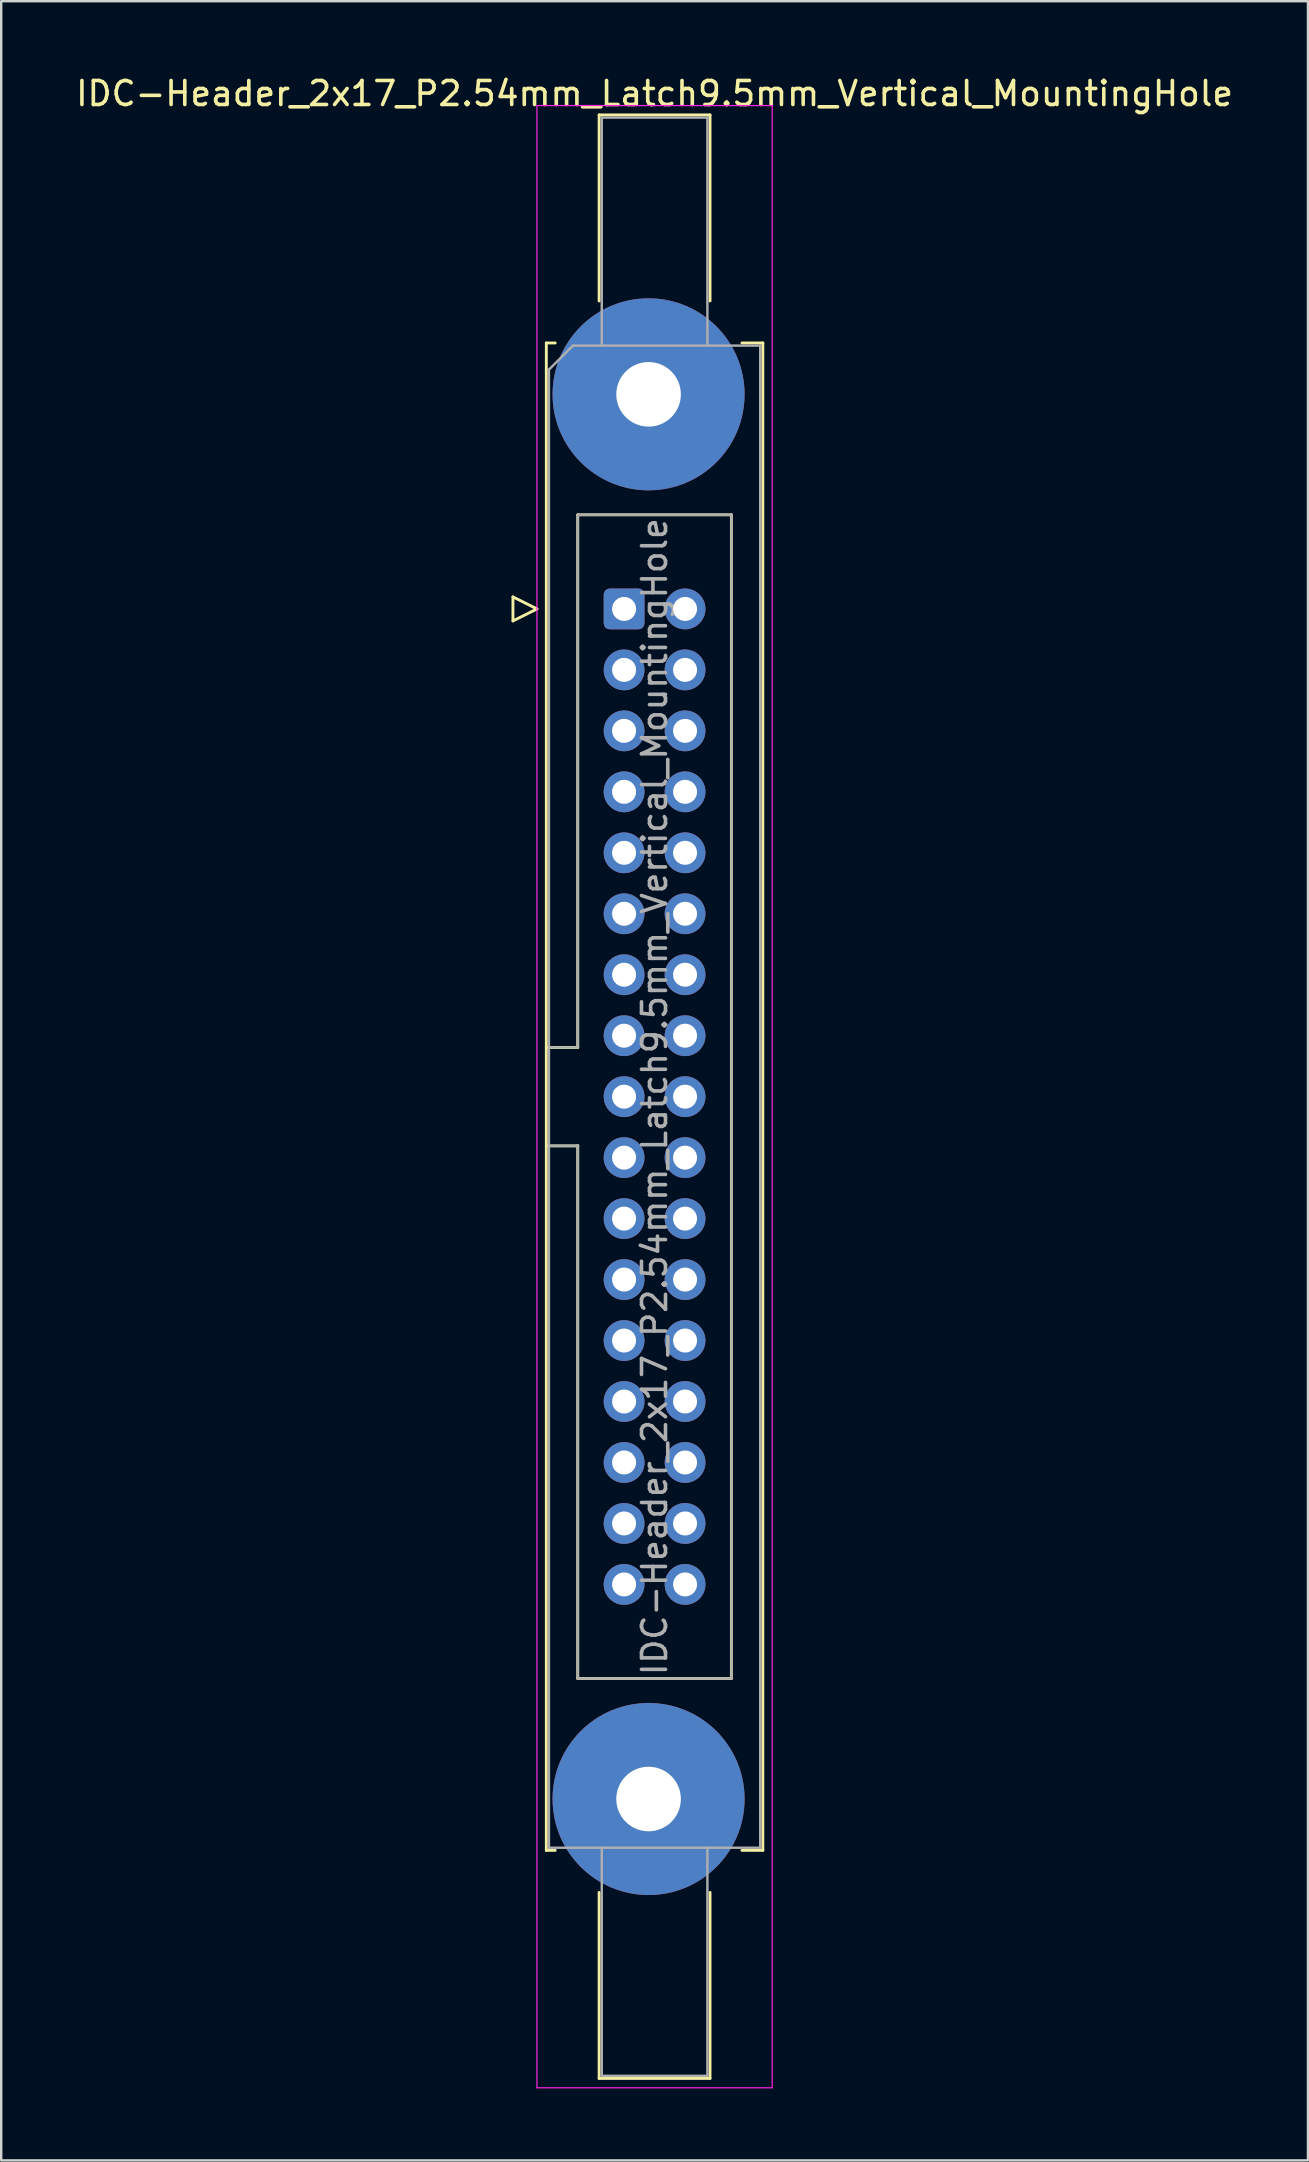
<source format=kicad_pcb>
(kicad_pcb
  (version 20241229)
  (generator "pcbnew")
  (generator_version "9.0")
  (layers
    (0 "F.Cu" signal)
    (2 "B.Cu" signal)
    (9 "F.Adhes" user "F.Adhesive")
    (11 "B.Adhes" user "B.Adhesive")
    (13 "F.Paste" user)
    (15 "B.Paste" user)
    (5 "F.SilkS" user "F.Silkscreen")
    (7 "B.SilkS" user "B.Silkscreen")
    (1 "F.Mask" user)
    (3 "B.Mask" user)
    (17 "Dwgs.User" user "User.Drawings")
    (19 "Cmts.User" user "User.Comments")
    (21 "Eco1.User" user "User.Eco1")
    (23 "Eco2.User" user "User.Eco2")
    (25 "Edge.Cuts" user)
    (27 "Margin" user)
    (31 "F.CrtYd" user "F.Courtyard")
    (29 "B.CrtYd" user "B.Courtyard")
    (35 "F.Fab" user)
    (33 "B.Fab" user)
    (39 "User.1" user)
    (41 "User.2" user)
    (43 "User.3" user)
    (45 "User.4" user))
  (footprint "IDC-Header_2x17_P2.54mm_Latch9.5mm_Vertical_MountingHole"
    (layer "F.Cu")
    (at 22.95 22.318)
    (property "Reference" "IDC-Header_2x17_P2.54mm_Latch9.5mm_Vertical_MountingHole" (at 1.27 -21.47 0) (layer "F.SilkS") (effects (font (size 1 1) (thickness 0.15))))
    (attr through_hole)
    (fp_line (start -4.63 -0.5) (end -4.63 0.5) (stroke (width 0.12) (type solid)) (layer "F.SilkS"))
    (fp_line (start -4.63 0.5) (end -3.63 0) (stroke (width 0.12) (type solid)) (layer "F.SilkS"))
    (fp_line (start -3.63 0) (end -4.63 -0.5) (stroke (width 0.12) (type solid)) (layer "F.SilkS"))
    (fp_line (start -3.24 -11.08) (end -3.24 51.72) (stroke (width 0.12) (type solid)) (layer "F.SilkS"))
    (fp_line (start -3.24 18.27) (end -1.93 18.27) (stroke (width 0.12) (type solid)) (layer "F.SilkS"))
    (fp_line (start -3.24 51.72) (end -2.87 51.72) (stroke (width 0.12) (type solid)) (layer "F.SilkS"))
    (fp_line (start -2.87 -11.08) (end -3.24 -11.08) (stroke (width 0.12) (type solid)) (layer "F.SilkS"))
    (fp_line (start -1.93 -3.92) (end 4.47 -3.92) (stroke (width 0.12) (type solid)) (layer "F.SilkS"))
    (fp_line (start -1.93 18.27) (end -1.93 -3.92) (stroke (width 0.12) (type solid)) (layer "F.SilkS"))
    (fp_line (start -1.93 22.37) (end -3.24 22.37) (stroke (width 0.12) (type solid)) (layer "F.SilkS"))
    (fp_line (start -1.93 22.37) (end -1.93 22.37) (stroke (width 0.12) (type solid)) (layer "F.SilkS"))
    (fp_line (start -1.93 44.56) (end -1.93 22.37) (stroke (width 0.12) (type solid)) (layer "F.SilkS"))
    (fp_line (start -1.04 -20.58) (end 3.58 -20.58) (stroke (width 0.12) (type solid)) (layer "F.SilkS"))
    (fp_line (start -1.04 -12.83) (end -1.04 -20.58) (stroke (width 0.12) (type solid)) (layer "F.SilkS"))
    (fp_line (start -1.04 53.47) (end -1.04 61.22) (stroke (width 0.12) (type solid)) (layer "F.SilkS"))
    (fp_line (start -1.04 61.22) (end 3.58 61.22) (stroke (width 0.12) (type solid)) (layer "F.SilkS"))
    (fp_line (start 3.58 -20.58) (end 3.58 -12.83) (stroke (width 0.12) (type solid)) (layer "F.SilkS"))
    (fp_line (start 3.58 61.22) (end 3.58 53.47) (stroke (width 0.12) (type solid)) (layer "F.SilkS"))
    (fp_line (start 4.47 -3.92) (end 4.47 44.56) (stroke (width 0.12) (type solid)) (layer "F.SilkS"))
    (fp_line (start 4.47 44.56) (end -1.93 44.56) (stroke (width 0.12) (type solid)) (layer "F.SilkS"))
    (fp_line (start 4.91 -11.08) (end 5.78 -11.08) (stroke (width 0.12) (type solid)) (layer "F.SilkS"))
    (fp_line (start 5.78 -11.08) (end 5.78 51.72) (stroke (width 0.12) (type solid)) (layer "F.SilkS"))
    (fp_line (start 5.78 51.72) (end 4.91 51.72) (stroke (width 0.12) (type solid)) (layer "F.SilkS"))
    (fp_line (start -3.63 -20.97) (end -3.63 61.61) (stroke (width 0.05) (type solid)) (layer "F.CrtYd"))
    (fp_line (start -3.63 61.61) (end 6.17 61.61) (stroke (width 0.05) (type solid)) (layer "F.CrtYd"))
    (fp_line (start 6.17 -20.97) (end -3.63 -20.97) (stroke (width 0.05) (type solid)) (layer "F.CrtYd"))
    (fp_line (start 6.17 61.61) (end 6.17 -20.97) (stroke (width 0.05) (type solid)) (layer "F.CrtYd"))
    (fp_line (start -3.13 -9.97) (end -2.13 -10.97) (stroke (width 0.1) (type solid)) (layer "F.Fab"))
    (fp_line (start -3.13 18.27) (end -1.93 18.27) (stroke (width 0.1) (type solid)) (layer "F.Fab"))
    (fp_line (start -3.13 51.61) (end -3.13 -9.97) (stroke (width 0.1) (type solid)) (layer "F.Fab"))
    (fp_line (start -2.13 -10.97) (end 5.67 -10.97) (stroke (width 0.1) (type solid)) (layer "F.Fab"))
    (fp_line (start -1.93 -3.92) (end 4.47 -3.92) (stroke (width 0.1) (type solid)) (layer "F.Fab"))
    (fp_line (start -1.93 18.27) (end -1.93 -3.92) (stroke (width 0.1) (type solid)) (layer "F.Fab"))
    (fp_line (start -1.93 22.37) (end -3.13 22.37) (stroke (width 0.1) (type solid)) (layer "F.Fab"))
    (fp_line (start -1.93 22.37) (end -1.93 22.37) (stroke (width 0.1) (type solid)) (layer "F.Fab"))
    (fp_line (start -1.93 44.56) (end -1.93 22.37) (stroke (width 0.1) (type solid)) (layer "F.Fab"))
    (fp_line (start -0.93 -20.47) (end 3.47 -20.47) (stroke (width 0.1) (type solid)) (layer "F.Fab"))
    (fp_line (start -0.93 -10.97) (end -0.93 -20.47) (stroke (width 0.1) (type solid)) (layer "F.Fab"))
    (fp_line (start -0.93 51.61) (end -0.93 61.11) (stroke (width 0.1) (type solid)) (layer "F.Fab"))
    (fp_line (start -0.93 61.11) (end 3.47 61.11) (stroke (width 0.1) (type solid)) (layer "F.Fab"))
    (fp_line (start 3.47 -20.47) (end 3.47 -10.97) (stroke (width 0.1) (type solid)) (layer "F.Fab"))
    (fp_line (start 3.47 61.11) (end 3.47 51.61) (stroke (width 0.1) (type solid)) (layer "F.Fab"))
    (fp_line (start 4.47 -3.92) (end 4.47 44.56) (stroke (width 0.1) (type solid)) (layer "F.Fab"))
    (fp_line (start 4.47 44.56) (end -1.93 44.56) (stroke (width 0.1) (type solid)) (layer "F.Fab"))
    (fp_line (start 5.67 -10.97) (end 5.67 51.61) (stroke (width 0.1) (type solid)) (layer "F.Fab"))
    (fp_line (start 5.67 51.61) (end -3.13 51.61) (stroke (width 0.1) (type solid)) (layer "F.Fab"))
    (fp_text user "${REFERENCE}" (at 1.27 20.32 90) (layer "F.Fab") (effects (font (size 1 1) (thickness 0.15))))
    (pad "" thru_hole circle (at 1.02 -8.94) (size 8 8) (drill 2.69) (layers "*.Cu" "*.Mask"))
    (pad "" thru_hole circle (at 1.02 49.58) (size 8 8) (drill 2.69) (layers "*.Cu" "*.Mask"))
    (pad "1" thru_hole roundrect (at 0 0) (size 1.7 1.7) (drill 1) (layers "*.Cu" "*.Mask") (roundrect_rratio 0.147))
    (pad "2" thru_hole circle (at 2.54 0) (size 1.7 1.7) (drill 1) (layers "*.Cu" "*.Mask"))
    (pad "3" thru_hole circle (at 0 2.54) (size 1.7 1.7) (drill 1) (layers "*.Cu" "*.Mask"))
    (pad "4" thru_hole circle (at 2.54 2.54) (size 1.7 1.7) (drill 1) (layers "*.Cu" "*.Mask"))
    (pad "5" thru_hole circle (at 0 5.08) (size 1.7 1.7) (drill 1) (layers "*.Cu" "*.Mask"))
    (pad "6" thru_hole circle (at 2.54 5.08) (size 1.7 1.7) (drill 1) (layers "*.Cu" "*.Mask"))
    (pad "7" thru_hole circle (at 0 7.62) (size 1.7 1.7) (drill 1) (layers "*.Cu" "*.Mask"))
    (pad "8" thru_hole circle (at 2.54 7.62) (size 1.7 1.7) (drill 1) (layers "*.Cu" "*.Mask"))
    (pad "9" thru_hole circle (at 0 10.16) (size 1.7 1.7) (drill 1) (layers "*.Cu" "*.Mask"))
    (pad "10" thru_hole circle (at 2.54 10.16) (size 1.7 1.7) (drill 1) (layers "*.Cu" "*.Mask"))
    (pad "11" thru_hole circle (at 0 12.7) (size 1.7 1.7) (drill 1) (layers "*.Cu" "*.Mask"))
    (pad "12" thru_hole circle (at 2.54 12.7) (size 1.7 1.7) (drill 1) (layers "*.Cu" "*.Mask"))
    (pad "13" thru_hole circle (at 0 15.24) (size 1.7 1.7) (drill 1) (layers "*.Cu" "*.Mask"))
    (pad "14" thru_hole circle (at 2.54 15.24) (size 1.7 1.7) (drill 1) (layers "*.Cu" "*.Mask"))
    (pad "15" thru_hole circle (at 0 17.78) (size 1.7 1.7) (drill 1) (layers "*.Cu" "*.Mask"))
    (pad "16" thru_hole circle (at 2.54 17.78) (size 1.7 1.7) (drill 1) (layers "*.Cu" "*.Mask"))
    (pad "17" thru_hole circle (at 0 20.32) (size 1.7 1.7) (drill 1) (layers "*.Cu" "*.Mask"))
    (pad "18" thru_hole circle (at 2.54 20.32) (size 1.7 1.7) (drill 1) (layers "*.Cu" "*.Mask"))
    (pad "19" thru_hole circle (at 0 22.86) (size 1.7 1.7) (drill 1) (layers "*.Cu" "*.Mask"))
    (pad "20" thru_hole circle (at 2.54 22.86) (size 1.7 1.7) (drill 1) (layers "*.Cu" "*.Mask"))
    (pad "21" thru_hole circle (at 0 25.4) (size 1.7 1.7) (drill 1) (layers "*.Cu" "*.Mask"))
    (pad "22" thru_hole circle (at 2.54 25.4) (size 1.7 1.7) (drill 1) (layers "*.Cu" "*.Mask"))
    (pad "23" thru_hole circle (at 0 27.94) (size 1.7 1.7) (drill 1) (layers "*.Cu" "*.Mask"))
    (pad "24" thru_hole circle (at 2.54 27.94) (size 1.7 1.7) (drill 1) (layers "*.Cu" "*.Mask"))
    (pad "25" thru_hole circle (at 0 30.48) (size 1.7 1.7) (drill 1) (layers "*.Cu" "*.Mask"))
    (pad "26" thru_hole circle (at 2.54 30.48) (size 1.7 1.7) (drill 1) (layers "*.Cu" "*.Mask"))
    (pad "27" thru_hole circle (at 0 33.02) (size 1.7 1.7) (drill 1) (layers "*.Cu" "*.Mask"))
    (pad "28" thru_hole circle (at 2.54 33.02) (size 1.7 1.7) (drill 1) (layers "*.Cu" "*.Mask"))
    (pad "29" thru_hole circle (at 0 35.56) (size 1.7 1.7) (drill 1) (layers "*.Cu" "*.Mask"))
    (pad "30" thru_hole circle (at 2.54 35.56) (size 1.7 1.7) (drill 1) (layers "*.Cu" "*.Mask"))
    (pad "31" thru_hole circle (at 0 38.1) (size 1.7 1.7) (drill 1) (layers "*.Cu" "*.Mask"))
    (pad "32" thru_hole circle (at 2.54 38.1) (size 1.7 1.7) (drill 1) (layers "*.Cu" "*.Mask"))
    (pad "33" thru_hole circle (at 0 40.64) (size 1.7 1.7) (drill 1) (layers "*.Cu" "*.Mask"))
    (pad "34" thru_hole circle (at 2.54 40.64) (size 1.7 1.7) (drill 1) (layers "*.Cu" "*.Mask")))
  (gr_rect
    (start -3 -3)
    (end 51.44 86.953)
    (stroke (width 0.1) (type default))
    (fill no)
    (layer "Edge.Cuts")))
</source>
